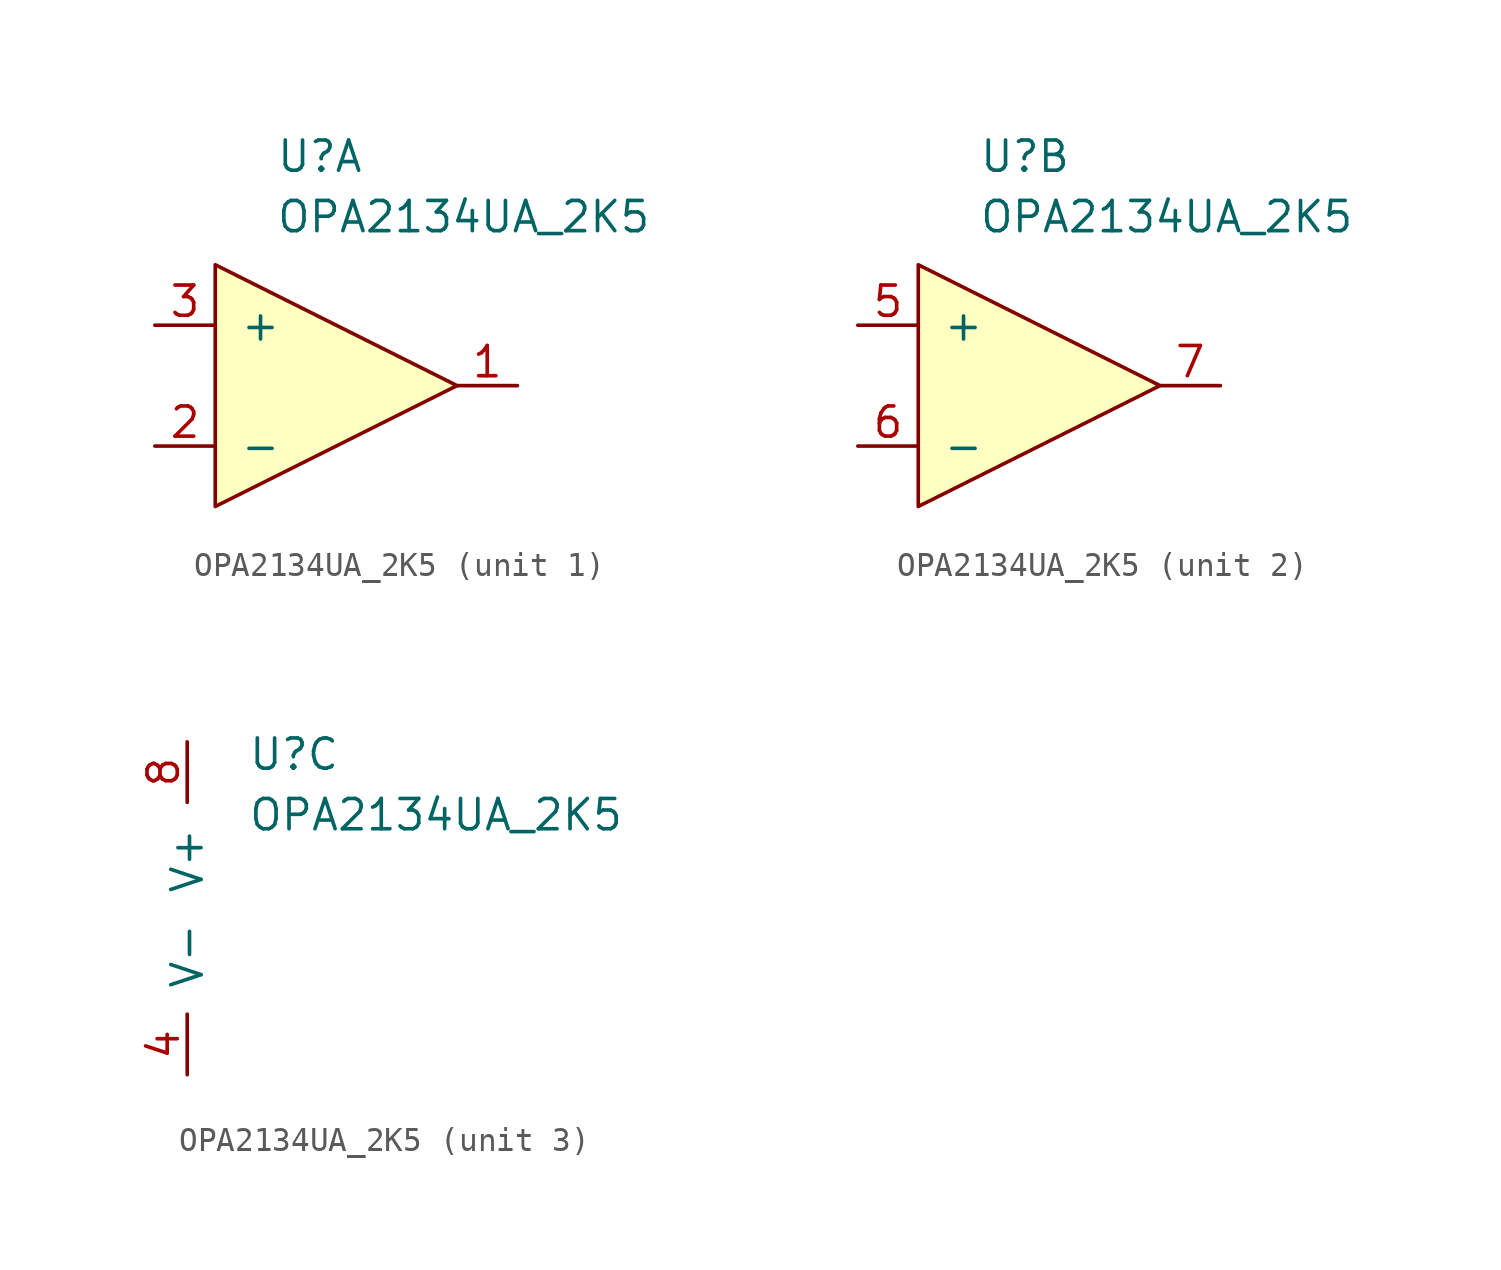
<source format=kicad_sym>
(kicad_symbol_lib
  (version 20220914)
  (generator kicad_symbol_editor)
  (symbol "OPA2134UA_2K5"
    (pin_names
      (offset 1.016))
    (property "Reference" "U"
      (at 2.54 2.54 0)
      (effects (font (size 1.27 1.27)) (justify left bottom)))
    (property "Value" "OPA2134UA_2K5"
      (at 2.54 0 0)
      (effects (font (size 1.27 1.27)) (justify left bottom)))
    (property "ki_locked" ""
      (at 0 0 0)
      (effects (font (size 1.27 1.27))))
    (symbol "OPA2134UA_2K5_1_1"
      (polyline (pts (xy 0 -1.27) (xy 0 -11.43) (xy 10.16 -6.35) (xy 0 -1.27)) (stroke (width 0) (type solid)) (fill (type background)))
      (pin output line (at 12.7 -6.35 180) (length 2.54) (name "~" (effects (font (size 1.27 1.27)))) (number "1" (effects (font (size 1.27 1.27)))))
      (pin input line (at -2.54 -8.89 0) (length 2.54) (name "-" (effects (font (size 1.27 1.27)))) (number "2" (effects (font (size 1.27 1.27)))))
      (pin input line (at -2.54 -3.81 0) (length 2.54) (name "+" (effects (font (size 1.27 1.27)))) (number "3" (effects (font (size 1.27 1.27))))))
    (symbol "OPA2134UA_2K5_2_1"
      (polyline (pts (xy 0 -1.27) (xy 0 -11.43) (xy 10.16 -6.35) (xy 0 -1.27)) (stroke (width 0) (type solid)) (fill (type background)))
      (pin input line (at -2.54 -3.81 0) (length 2.54) (name "+" (effects (font (size 1.27 1.27)))) (number "5" (effects (font (size 1.27 1.27)))))
      (pin input line (at -2.54 -8.89 0) (length 2.54) (name "-" (effects (font (size 1.27 1.27)))) (number "6" (effects (font (size 1.27 1.27)))))
      (pin output line (at 12.7 -6.35 180) (length 2.54) (name "~" (effects (font (size 1.27 1.27)))) (number "7" (effects (font (size 1.27 1.27))))))
    (symbol "OPA2134UA_2K5_3_1"
      (pin power_in line (at 0 -10.16 90) (length 2.54) (name "V-" (effects (font (size 1.27 1.27)))) (number "4" (effects (font (size 1.27 1.27)))))
      (pin power_in line (at 0 3.81 270) (length 2.54) (name "V+" (effects (font (size 1.27 1.27)))) (number "8" (effects (font (size 1.27 1.27))))))))
</source>
